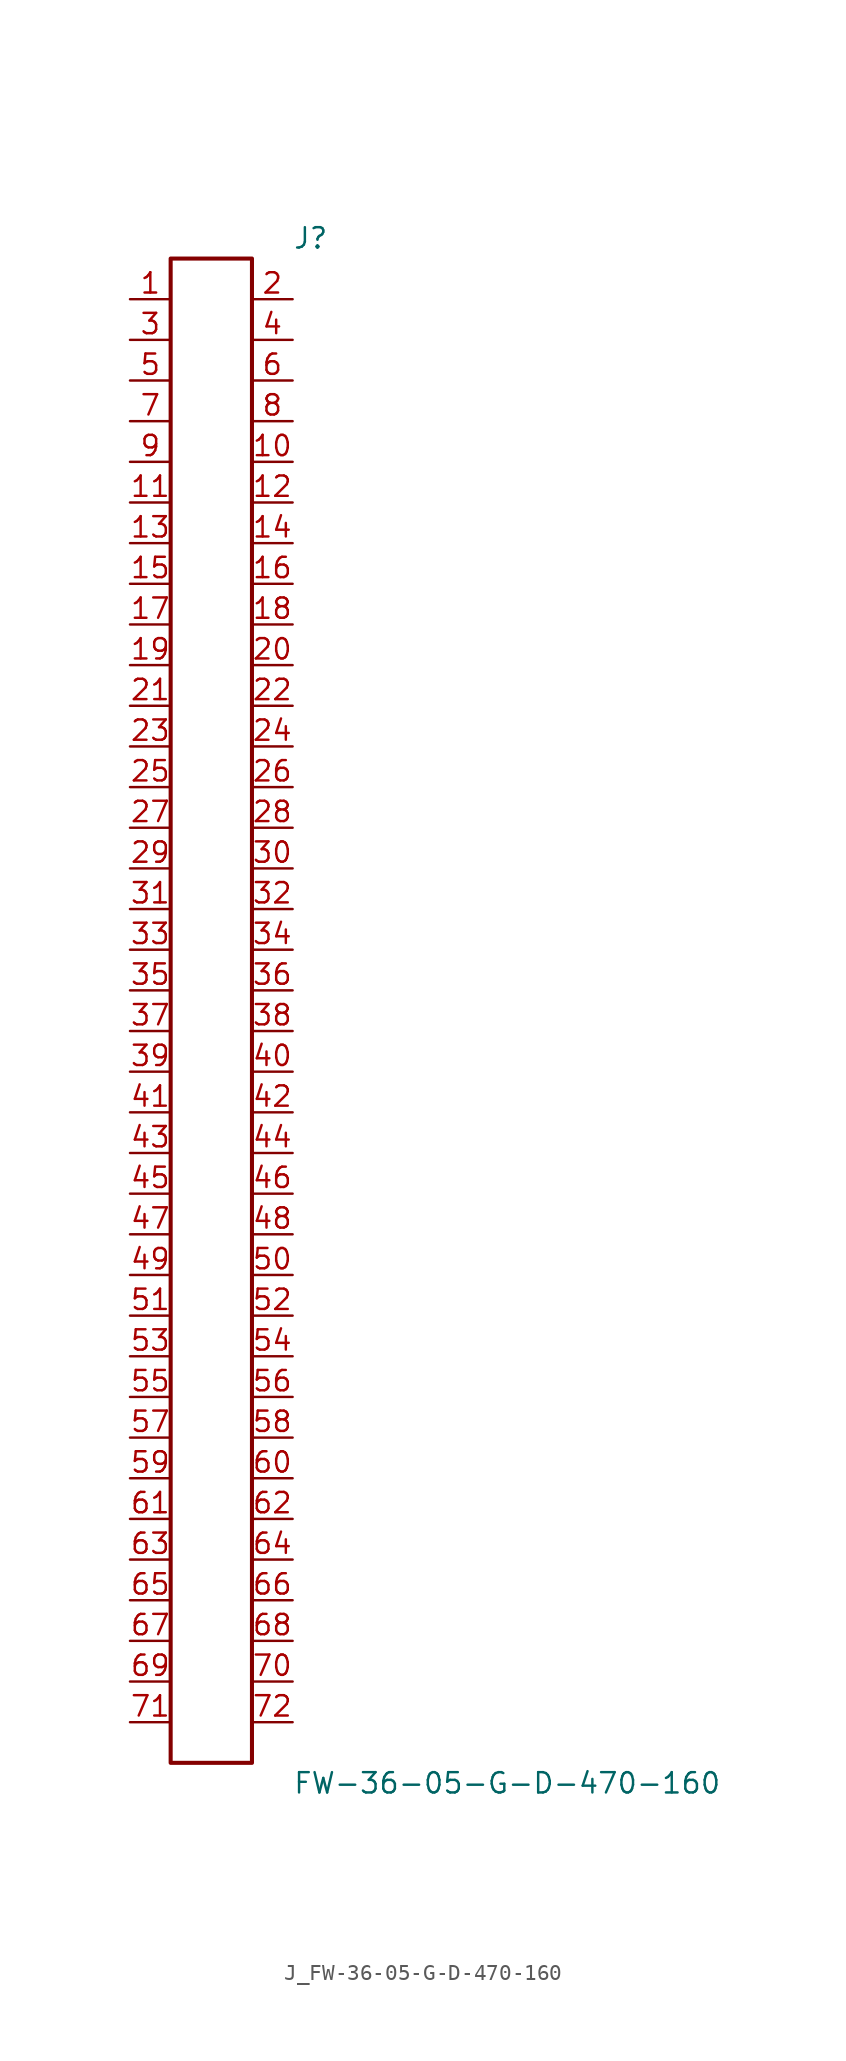
<source format=kicad_sym>
(kicad_symbol_lib
  (version 20231120)
  (generator kicad_symbol_editor)
  (generator_version 8.0)
  (symbol "J_FW-36-05-G-D-470-160"
    (pin_names
      (offset 0.254))
    (property "Reference" "J"
      (at 5.08 48.26 0)
      (effects (font (size 1.27 1.27)) (justify left)))
    (property "Value" "FW-36-05-G-D-470-160"
      (at 5.08 -48.26 0)
      (effects (font (size 1.27 1.27)) (justify left)))
    (symbol "J_FW-36-05-G-D-470-160_0_0"
      (pin unspecified line (at -5.08 44.45 0) (length 2.54) (name "" (effects (font (size 1.27 1.27)))) (number "1" (effects (font (size 1.27 1.27)))))
      (pin unspecified line (at 5.08 44.45 180) (length 2.54) (name "" (effects (font (size 1.27 1.27)))) (number "2" (effects (font (size 1.27 1.27)))))
      (pin unspecified line (at -5.08 41.91 0) (length 2.54) (name "" (effects (font (size 1.27 1.27)))) (number "3" (effects (font (size 1.27 1.27)))))
      (pin unspecified line (at 5.08 41.91 180) (length 2.54) (name "" (effects (font (size 1.27 1.27)))) (number "4" (effects (font (size 1.27 1.27)))))
      (pin unspecified line (at -5.08 39.37 0) (length 2.54) (name "" (effects (font (size 1.27 1.27)))) (number "5" (effects (font (size 1.27 1.27)))))
      (pin unspecified line (at 5.08 39.37 180) (length 2.54) (name "" (effects (font (size 1.27 1.27)))) (number "6" (effects (font (size 1.27 1.27)))))
      (pin unspecified line (at -5.08 36.83 0) (length 2.54) (name "" (effects (font (size 1.27 1.27)))) (number "7" (effects (font (size 1.27 1.27)))))
      (pin unspecified line (at 5.08 36.83 180) (length 2.54) (name "" (effects (font (size 1.27 1.27)))) (number "8" (effects (font (size 1.27 1.27)))))
      (pin unspecified line (at -5.08 34.29 0) (length 2.54) (name "" (effects (font (size 1.27 1.27)))) (number "9" (effects (font (size 1.27 1.27)))))
      (pin unspecified line (at 5.08 34.29 180) (length 2.54) (name "" (effects (font (size 1.27 1.27)))) (number "10" (effects (font (size 1.27 1.27)))))
      (pin unspecified line (at -5.08 31.75 0) (length 2.54) (name "" (effects (font (size 1.27 1.27)))) (number "11" (effects (font (size 1.27 1.27)))))
      (pin unspecified line (at 5.08 31.75 180) (length 2.54) (name "" (effects (font (size 1.27 1.27)))) (number "12" (effects (font (size 1.27 1.27)))))
      (pin unspecified line (at -5.08 29.21 0) (length 2.54) (name "" (effects (font (size 1.27 1.27)))) (number "13" (effects (font (size 1.27 1.27)))))
      (pin unspecified line (at 5.08 29.21 180) (length 2.54) (name "" (effects (font (size 1.27 1.27)))) (number "14" (effects (font (size 1.27 1.27)))))
      (pin unspecified line (at -5.08 26.67 0) (length 2.54) (name "" (effects (font (size 1.27 1.27)))) (number "15" (effects (font (size 1.27 1.27)))))
      (pin unspecified line (at 5.08 26.67 180) (length 2.54) (name "" (effects (font (size 1.27 1.27)))) (number "16" (effects (font (size 1.27 1.27)))))
      (pin unspecified line (at -5.08 24.13 0) (length 2.54) (name "" (effects (font (size 1.27 1.27)))) (number "17" (effects (font (size 1.27 1.27)))))
      (pin unspecified line (at 5.08 24.13 180) (length 2.54) (name "" (effects (font (size 1.27 1.27)))) (number "18" (effects (font (size 1.27 1.27)))))
      (pin unspecified line (at -5.08 21.59 0) (length 2.54) (name "" (effects (font (size 1.27 1.27)))) (number "19" (effects (font (size 1.27 1.27)))))
      (pin unspecified line (at 5.08 21.59 180) (length 2.54) (name "" (effects (font (size 1.27 1.27)))) (number "20" (effects (font (size 1.27 1.27)))))
      (pin unspecified line (at -5.08 19.05 0) (length 2.54) (name "" (effects (font (size 1.27 1.27)))) (number "21" (effects (font (size 1.27 1.27)))))
      (pin unspecified line (at 5.08 19.05 180) (length 2.54) (name "" (effects (font (size 1.27 1.27)))) (number "22" (effects (font (size 1.27 1.27)))))
      (pin unspecified line (at -5.08 16.51 0) (length 2.54) (name "" (effects (font (size 1.27 1.27)))) (number "23" (effects (font (size 1.27 1.27)))))
      (pin unspecified line (at 5.08 16.51 180) (length 2.54) (name "" (effects (font (size 1.27 1.27)))) (number "24" (effects (font (size 1.27 1.27)))))
      (pin unspecified line (at -5.08 13.97 0) (length 2.54) (name "" (effects (font (size 1.27 1.27)))) (number "25" (effects (font (size 1.27 1.27)))))
      (pin unspecified line (at 5.08 13.97 180) (length 2.54) (name "" (effects (font (size 1.27 1.27)))) (number "26" (effects (font (size 1.27 1.27)))))
      (pin unspecified line (at -5.08 11.43 0) (length 2.54) (name "" (effects (font (size 1.27 1.27)))) (number "27" (effects (font (size 1.27 1.27)))))
      (pin unspecified line (at 5.08 11.43 180) (length 2.54) (name "" (effects (font (size 1.27 1.27)))) (number "28" (effects (font (size 1.27 1.27)))))
      (pin unspecified line (at -5.08 8.89 0) (length 2.54) (name "" (effects (font (size 1.27 1.27)))) (number "29" (effects (font (size 1.27 1.27)))))
      (pin unspecified line (at 5.08 8.89 180) (length 2.54) (name "" (effects (font (size 1.27 1.27)))) (number "30" (effects (font (size 1.27 1.27)))))
      (pin unspecified line (at -5.08 6.35 0) (length 2.54) (name "" (effects (font (size 1.27 1.27)))) (number "31" (effects (font (size 1.27 1.27)))))
      (pin unspecified line (at 5.08 6.35 180) (length 2.54) (name "" (effects (font (size 1.27 1.27)))) (number "32" (effects (font (size 1.27 1.27)))))
      (pin unspecified line (at -5.08 3.81 0) (length 2.54) (name "" (effects (font (size 1.27 1.27)))) (number "33" (effects (font (size 1.27 1.27)))))
      (pin unspecified line (at 5.08 3.81 180) (length 2.54) (name "" (effects (font (size 1.27 1.27)))) (number "34" (effects (font (size 1.27 1.27)))))
      (pin unspecified line (at -5.08 1.27 0) (length 2.54) (name "" (effects (font (size 1.27 1.27)))) (number "35" (effects (font (size 1.27 1.27)))))
      (pin unspecified line (at 5.08 1.27 180) (length 2.54) (name "" (effects (font (size 1.27 1.27)))) (number "36" (effects (font (size 1.27 1.27)))))
      (pin unspecified line (at -5.08 -1.27 0) (length 2.54) (name "" (effects (font (size 1.27 1.27)))) (number "37" (effects (font (size 1.27 1.27)))))
      (pin unspecified line (at 5.08 -1.27 180) (length 2.54) (name "" (effects (font (size 1.27 1.27)))) (number "38" (effects (font (size 1.27 1.27)))))
      (pin unspecified line (at -5.08 -3.81 0) (length 2.54) (name "" (effects (font (size 1.27 1.27)))) (number "39" (effects (font (size 1.27 1.27)))))
      (pin unspecified line (at 5.08 -3.81 180) (length 2.54) (name "" (effects (font (size 1.27 1.27)))) (number "40" (effects (font (size 1.27 1.27)))))
      (pin unspecified line (at -5.08 -6.35 0) (length 2.54) (name "" (effects (font (size 1.27 1.27)))) (number "41" (effects (font (size 1.27 1.27)))))
      (pin unspecified line (at 5.08 -6.35 180) (length 2.54) (name "" (effects (font (size 1.27 1.27)))) (number "42" (effects (font (size 1.27 1.27)))))
      (pin unspecified line (at -5.08 -8.89 0) (length 2.54) (name "" (effects (font (size 1.27 1.27)))) (number "43" (effects (font (size 1.27 1.27)))))
      (pin unspecified line (at 5.08 -8.89 180) (length 2.54) (name "" (effects (font (size 1.27 1.27)))) (number "44" (effects (font (size 1.27 1.27)))))
      (pin unspecified line (at -5.08 -11.43 0) (length 2.54) (name "" (effects (font (size 1.27 1.27)))) (number "45" (effects (font (size 1.27 1.27)))))
      (pin unspecified line (at 5.08 -11.43 180) (length 2.54) (name "" (effects (font (size 1.27 1.27)))) (number "46" (effects (font (size 1.27 1.27)))))
      (pin unspecified line (at -5.08 -13.97 0) (length 2.54) (name "" (effects (font (size 1.27 1.27)))) (number "47" (effects (font (size 1.27 1.27)))))
      (pin unspecified line (at 5.08 -13.97 180) (length 2.54) (name "" (effects (font (size 1.27 1.27)))) (number "48" (effects (font (size 1.27 1.27)))))
      (pin unspecified line (at -5.08 -16.51 0) (length 2.54) (name "" (effects (font (size 1.27 1.27)))) (number "49" (effects (font (size 1.27 1.27)))))
      (pin unspecified line (at 5.08 -16.51 180) (length 2.54) (name "" (effects (font (size 1.27 1.27)))) (number "50" (effects (font (size 1.27 1.27)))))
      (pin unspecified line (at -5.08 -19.05 0) (length 2.54) (name "" (effects (font (size 1.27 1.27)))) (number "51" (effects (font (size 1.27 1.27)))))
      (pin unspecified line (at 5.08 -19.05 180) (length 2.54) (name "" (effects (font (size 1.27 1.27)))) (number "52" (effects (font (size 1.27 1.27)))))
      (pin unspecified line (at -5.08 -21.59 0) (length 2.54) (name "" (effects (font (size 1.27 1.27)))) (number "53" (effects (font (size 1.27 1.27)))))
      (pin unspecified line (at 5.08 -21.59 180) (length 2.54) (name "" (effects (font (size 1.27 1.27)))) (number "54" (effects (font (size 1.27 1.27)))))
      (pin unspecified line (at -5.08 -24.13 0) (length 2.54) (name "" (effects (font (size 1.27 1.27)))) (number "55" (effects (font (size 1.27 1.27)))))
      (pin unspecified line (at 5.08 -24.13 180) (length 2.54) (name "" (effects (font (size 1.27 1.27)))) (number "56" (effects (font (size 1.27 1.27)))))
      (pin unspecified line (at -5.08 -26.67 0) (length 2.54) (name "" (effects (font (size 1.27 1.27)))) (number "57" (effects (font (size 1.27 1.27)))))
      (pin unspecified line (at 5.08 -26.67 180) (length 2.54) (name "" (effects (font (size 1.27 1.27)))) (number "58" (effects (font (size 1.27 1.27)))))
      (pin unspecified line (at -5.08 -29.21 0) (length 2.54) (name "" (effects (font (size 1.27 1.27)))) (number "59" (effects (font (size 1.27 1.27)))))
      (pin unspecified line (at 5.08 -29.21 180) (length 2.54) (name "" (effects (font (size 1.27 1.27)))) (number "60" (effects (font (size 1.27 1.27)))))
      (pin unspecified line (at -5.08 -31.75 0) (length 2.54) (name "" (effects (font (size 1.27 1.27)))) (number "61" (effects (font (size 1.27 1.27)))))
      (pin unspecified line (at 5.08 -31.75 180) (length 2.54) (name "" (effects (font (size 1.27 1.27)))) (number "62" (effects (font (size 1.27 1.27)))))
      (pin unspecified line (at -5.08 -34.29 0) (length 2.54) (name "" (effects (font (size 1.27 1.27)))) (number "63" (effects (font (size 1.27 1.27)))))
      (pin unspecified line (at 5.08 -34.29 180) (length 2.54) (name "" (effects (font (size 1.27 1.27)))) (number "64" (effects (font (size 1.27 1.27)))))
      (pin unspecified line (at -5.08 -36.83 0) (length 2.54) (name "" (effects (font (size 1.27 1.27)))) (number "65" (effects (font (size 1.27 1.27)))))
      (pin unspecified line (at 5.08 -36.83 180) (length 2.54) (name "" (effects (font (size 1.27 1.27)))) (number "66" (effects (font (size 1.27 1.27)))))
      (pin unspecified line (at -5.08 -39.37 0) (length 2.54) (name "" (effects (font (size 1.27 1.27)))) (number "67" (effects (font (size 1.27 1.27)))))
      (pin unspecified line (at 5.08 -39.37 180) (length 2.54) (name "" (effects (font (size 1.27 1.27)))) (number "68" (effects (font (size 1.27 1.27)))))
      (pin unspecified line (at -5.08 -41.91 0) (length 2.54) (name "" (effects (font (size 1.27 1.27)))) (number "69" (effects (font (size 1.27 1.27)))))
      (pin unspecified line (at 5.08 -41.91 180) (length 2.54) (name "" (effects (font (size 1.27 1.27)))) (number "70" (effects (font (size 1.27 1.27)))))
      (pin unspecified line (at -5.08 -44.45 0) (length 2.54) (name "" (effects (font (size 1.27 1.27)))) (number "71" (effects (font (size 1.27 1.27)))))
      (pin unspecified line (at 5.08 -44.45 180) (length 2.54) (name "" (effects (font (size 1.27 1.27)))) (number "72" (effects (font (size 1.27 1.27))))))
    (symbol "J_FW-36-05-G-D-470-160_1_0"
      (rectangle (start -2.54 46.99) (end 2.54 -46.99) (stroke (width 0.254) (type solid)) (fill (type none))))))
</source>
